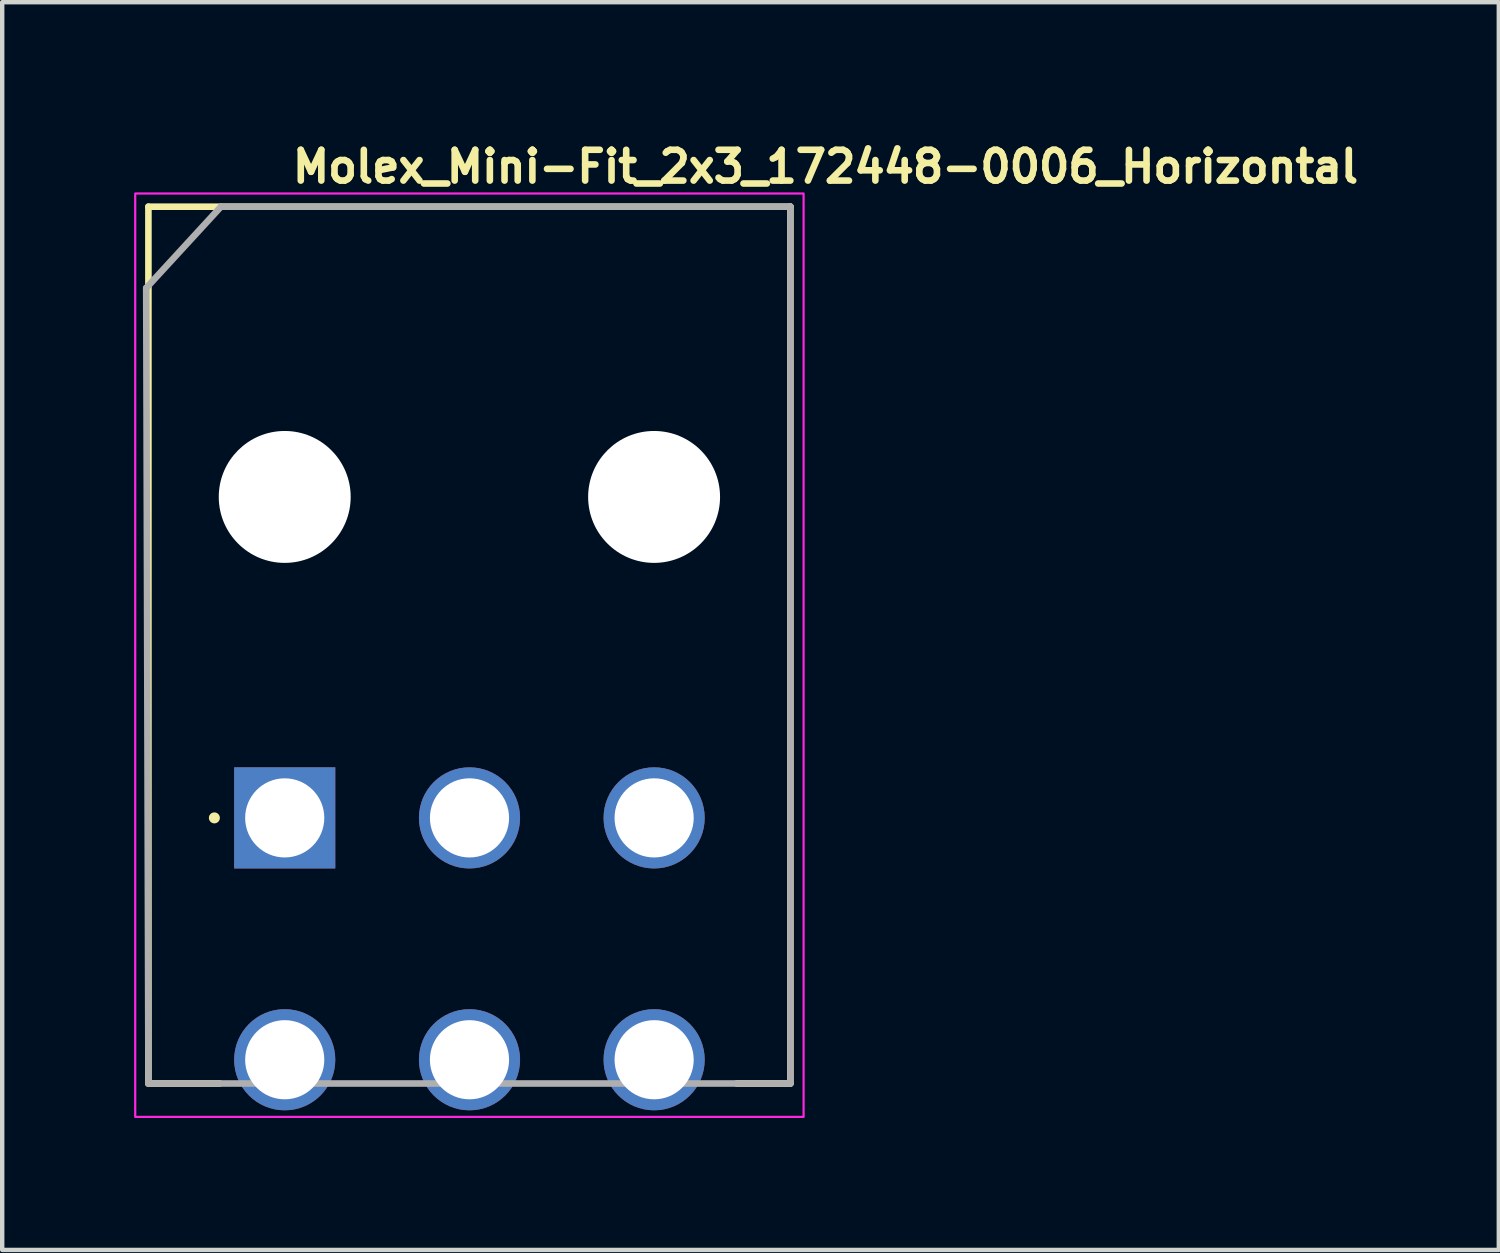
<source format=kicad_pcb>
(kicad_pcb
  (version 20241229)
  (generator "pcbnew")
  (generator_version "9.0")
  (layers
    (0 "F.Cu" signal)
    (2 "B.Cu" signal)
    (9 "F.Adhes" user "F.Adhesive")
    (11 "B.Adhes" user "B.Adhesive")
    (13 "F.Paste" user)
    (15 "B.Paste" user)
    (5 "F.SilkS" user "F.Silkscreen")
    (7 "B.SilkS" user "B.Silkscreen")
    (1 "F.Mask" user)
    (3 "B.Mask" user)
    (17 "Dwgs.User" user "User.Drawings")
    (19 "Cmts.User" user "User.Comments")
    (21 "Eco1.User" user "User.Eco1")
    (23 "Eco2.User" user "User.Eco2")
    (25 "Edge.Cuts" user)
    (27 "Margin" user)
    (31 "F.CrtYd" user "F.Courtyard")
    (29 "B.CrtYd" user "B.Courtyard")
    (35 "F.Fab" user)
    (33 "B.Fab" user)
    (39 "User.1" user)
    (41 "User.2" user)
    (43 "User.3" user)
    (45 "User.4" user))
  (footprint "Molex_Mini-Fit_2x3_172448-0006_Horizontal"
    (layer "F.Cu")
    (at 3.525 15.55)
    (property "Reference" "Molex_Mini-Fit_2x3_172448-0006_Horizontal" (at 0 -14.4 0) (layer "F.SilkS") (effects (font (size 0.7 0.7) (thickness 0.15)) (justify left bottom)))
    (attr through_hole)
    (fp_circle (center -0.1 -7.299) (end -0.888 -7.299) (stroke (width 1.576) (type solid)) (fill no) (layer "F.Mask"))
    (fp_circle (center 8.3 -7.299) (end 7.512 -7.299) (stroke (width 1.576) (type solid)) (fill no) (layer "F.Mask"))
    (fp_circle (center -0.1 -7.299) (end -0.888 -7.299) (stroke (width 1.576) (type solid)) (fill no) (layer "B.Mask"))
    (fp_circle (center 8.3 -7.299) (end 7.512 -7.299) (stroke (width 1.576) (type solid)) (fill no) (layer "B.Mask"))
    (fp_line (start -3.2 -13.9) (end 11.4 -13.9) (stroke (width 0.15) (type solid)) (layer "F.SilkS"))
    (fp_line (start -3.2 6.04) (end -3.2 -13.9) (stroke (width 0.15) (type solid)) (layer "F.SilkS"))
    (fp_line (start -3.2 6.04) (end -1.575 6.04) (stroke (width 0.15) (type solid)) (layer "F.SilkS"))
    (fp_line (start 11.4 -13.9) (end 11.4 6.04) (stroke (width 0.15) (type solid)) (layer "F.SilkS"))
    (fp_line (start 11.4 6.04) (end 10.176 6.04) (stroke (width 0.15) (type solid)) (layer "F.SilkS"))
    (fp_circle (center -1.7 0) (end -1.75 0) (stroke (width 0.15) (type solid)) (fill yes) (layer "F.SilkS"))
    (fp_rect (start 11.7 6.8) (end -3.5 -14.2) (stroke (width 0.05) (type solid)) (fill no) (layer "F.CrtYd"))
    (fp_line (start -3.25 -12.05) (end -1.55 -13.9) (stroke (width 0.15) (type solid)) (layer "F.Fab"))
    (fp_line (start -3.2 6.04) (end -3.25 -12.05) (stroke (width 0.15) (type solid)) (layer "F.Fab"))
    (fp_line (start -1.55 -13.9) (end 11.4 -13.9) (stroke (width 0.15) (type solid)) (layer "F.Fab"))
    (fp_line (start 11.4 -13.9) (end 11.4 6.04) (stroke (width 0.15) (type solid)) (layer "F.Fab"))
    (fp_line (start 11.4 6.04) (end -3.2 6.04) (stroke (width 0.15) (type solid)) (layer "F.Fab"))
    (fp_rect (start 11 6.035) (end -3.2 -13.9) (stroke (width 0.1) (type solid)) (fill no) (layer "User.5"))
    (fp_line (start -3.2 -13.9) (end -3.2 -1.1) (stroke (width 0.02) (type solid)) (layer "User.9"))
    (fp_line (start -3.082 -13.9) (end -3.2 -13.9) (stroke (width 0.02) (type solid)) (layer "User.9"))
    (fp_line (start -3.082 -13.9) (end -3.082 -13.9) (stroke (width 0.02) (type solid)) (layer "User.9"))
    (fp_line (start -3.082 -1.1) (end -3.2 -1.1) (stroke (width 0.02) (type solid)) (layer "User.9"))
    (fp_line (start -3.082 -1.1) (end -3.082 -1.1) (stroke (width 0.02) (type solid)) (layer "User.9"))
    (fp_line (start -2.8 -13.9) (end -3.082 -13.9) (stroke (width 0.02) (type solid)) (layer "User.9"))
    (fp_line (start -2.8 -13.9) (end -2.712 -13.9) (stroke (width 0.02) (type solid)) (layer "User.9"))
    (fp_line (start -2.8 -1.1) (end -3.082 -1.1) (stroke (width 0.02) (type solid)) (layer "User.9"))
    (fp_line (start -2.8 -1.1) (end -2.8 -13.9) (stroke (width 0.02) (type solid)) (layer "User.9"))
    (fp_line (start -2.712 -13.9) (end -2.712 -13.9) (stroke (width 0.02) (type solid)) (layer "User.9"))
    (fp_line (start -2.712 -13.9) (end -2.5 -13.9) (stroke (width 0.02) (type solid)) (layer "User.9"))
    (fp_line (start -2.712 -1.1) (end -2.8 -1.1) (stroke (width 0.02) (type solid)) (layer "User.9"))
    (fp_line (start -2.712 -1.1) (end -2.712 -1.1) (stroke (width 0.02) (type solid)) (layer "User.9"))
    (fp_line (start -2.5 -1.1) (end -2.712 -1.1) (stroke (width 0.02) (type solid)) (layer "User.9"))
    (fp_line (start -0.635 -1.1) (end -0.635 4.465) (stroke (width 0.02) (type solid)) (layer "User.9"))
    (fp_line (start -0.635 4.465) (end -0.635 4.983) (stroke (width 0.02) (type solid)) (layer "User.9"))
    (fp_line (start -0.635 4.983) (end -0.635 4.983) (stroke (width 0.02) (type solid)) (layer "User.9"))
    (fp_line (start -0.635 4.983) (end -0.635 5.146) (stroke (width 0.02) (type solid)) (layer "User.9"))
    (fp_line (start -0.635 5.146) (end -0.635 5.146) (stroke (width 0.02) (type solid)) (layer "User.9"))
    (fp_line (start -0.635 5.146) (end -0.635 5.3) (stroke (width 0.02) (type solid)) (layer "User.9"))
    (fp_line (start -0.635 5.3) (end -0.635 5.3) (stroke (width 0.02) (type solid)) (layer "User.9"))
    (fp_line (start -0.635 5.3) (end -0.635 5.443) (stroke (width 0.02) (type solid)) (layer "User.9"))
    (fp_line (start -0.635 5.443) (end -0.635 5.443) (stroke (width 0.02) (type solid)) (layer "User.9"))
    (fp_line (start -0.635 5.443) (end -0.635 5.575) (stroke (width 0.02) (type solid)) (layer "User.9"))
    (fp_line (start -0.635 5.575) (end -0.635 5.575) (stroke (width 0.02) (type solid)) (layer "User.9"))
    (fp_line (start -0.635 5.575) (end -0.635 5.692) (stroke (width 0.02) (type solid)) (layer "User.9"))
    (fp_line (start -0.635 5.692) (end -0.635 5.692) (stroke (width 0.02) (type solid)) (layer "User.9"))
    (fp_line (start -0.635 5.692) (end -0.635 5.794) (stroke (width 0.02) (type solid)) (layer "User.9"))
    (fp_line (start -0.635 5.794) (end -0.635 5.794) (stroke (width 0.02) (type solid)) (layer "User.9"))
    (fp_line (start -0.635 5.794) (end -0.635 5.879) (stroke (width 0.02) (type solid)) (layer "User.9"))
    (fp_line (start -0.635 5.879) (end -0.635 5.879) (stroke (width 0.02) (type solid)) (layer "User.9"))
    (fp_line (start -0.635 5.879) (end -0.635 5.946) (stroke (width 0.02) (type solid)) (layer "User.9"))
    (fp_line (start -0.635 5.946) (end -0.635 5.946) (stroke (width 0.02) (type solid)) (layer "User.9"))
    (fp_line (start -0.635 5.946) (end -0.635 5.995) (stroke (width 0.02) (type solid)) (layer "User.9"))
    (fp_line (start -0.635 5.995) (end -0.635 5.995) (stroke (width 0.02) (type solid)) (layer "User.9"))
    (fp_line (start -0.635 5.995) (end -0.635 6.025) (stroke (width 0.02) (type solid)) (layer "User.9"))
    (fp_line (start -0.635 6.025) (end -0.635 6.025) (stroke (width 0.02) (type solid)) (layer "User.9"))
    (fp_line (start -0.635 6.025) (end -0.635 6.035) (stroke (width 0.02) (type solid)) (layer "User.9"))
    (fp_line (start -0.635 6.035) (end 0.435 6.035) (stroke (width 0.02) (type solid)) (layer "User.9"))
    (fp_line (start 0.435 -1.1) (end 0.435 4.465) (stroke (width 0.02) (type solid)) (layer "User.9"))
    (fp_line (start 0.435 4.465) (end 0.435 4.983) (stroke (width 0.02) (type solid)) (layer "User.9"))
    (fp_line (start 0.435 4.983) (end 0.435 4.983) (stroke (width 0.02) (type solid)) (layer "User.9"))
    (fp_line (start 0.435 4.983) (end 0.435 5.146) (stroke (width 0.02) (type solid)) (layer "User.9"))
    (fp_line (start 0.435 5.146) (end 0.435 5.146) (stroke (width 0.02) (type solid)) (layer "User.9"))
    (fp_line (start 0.435 5.146) (end 0.435 5.3) (stroke (width 0.02) (type solid)) (layer "User.9"))
    (fp_line (start 0.435 5.3) (end 0.435 5.3) (stroke (width 0.02) (type solid)) (layer "User.9"))
    (fp_line (start 0.435 5.3) (end 0.435 5.443) (stroke (width 0.02) (type solid)) (layer "User.9"))
    (fp_line (start 0.435 5.443) (end 0.435 5.443) (stroke (width 0.02) (type solid)) (layer "User.9"))
    (fp_line (start 0.435 5.443) (end 0.435 5.575) (stroke (width 0.02) (type solid)) (layer "User.9"))
    (fp_line (start 0.435 5.575) (end 0.435 5.575) (stroke (width 0.02) (type solid)) (layer "User.9"))
    (fp_line (start 0.435 5.575) (end 0.435 5.692) (stroke (width 0.02) (type solid)) (layer "User.9"))
    (fp_line (start 0.435 5.692) (end 0.435 5.692) (stroke (width 0.02) (type solid)) (layer "User.9"))
    (fp_line (start 0.435 5.692) (end 0.435 5.794) (stroke (width 0.02) (type solid)) (layer "User.9"))
    (fp_line (start 0.435 5.794) (end 0.435 5.794) (stroke (width 0.02) (type solid)) (layer "User.9"))
    (fp_line (start 0.435 5.794) (end 0.435 5.879) (stroke (width 0.02) (type solid)) (layer "User.9"))
    (fp_line (start 0.435 5.879) (end 0.435 5.879) (stroke (width 0.02) (type solid)) (layer "User.9"))
    (fp_line (start 0.435 5.879) (end 0.435 5.946) (stroke (width 0.02) (type solid)) (layer "User.9"))
    (fp_line (start 0.435 5.946) (end 0.435 5.946) (stroke (width 0.02) (type solid)) (layer "User.9"))
    (fp_line (start 0.435 5.946) (end 0.435 5.995) (stroke (width 0.02) (type solid)) (layer "User.9"))
    (fp_line (start 0.435 5.995) (end 0.435 5.995) (stroke (width 0.02) (type solid)) (layer "User.9"))
    (fp_line (start 0.435 5.995) (end 0.435 6.025) (stroke (width 0.02) (type solid)) (layer "User.9"))
    (fp_line (start 0.435 6.025) (end 0.435 6.025) (stroke (width 0.02) (type solid)) (layer "User.9"))
    (fp_line (start 0.435 6.025) (end 0.435 6.035) (stroke (width 0.02) (type solid)) (layer "User.9"))
    (fp_line (start 2.4 -13.9) (end -2.5 -13.9) (stroke (width 0.02) (type solid)) (layer "User.9"))
    (fp_line (start 2.4 -11.55) (end 2.4 -13.9) (stroke (width 0.02) (type solid)) (layer "User.9"))
    (fp_line (start 2.4 -10.727) (end 2.4 -11.55) (stroke (width 0.02) (type solid)) (layer "User.9"))
    (fp_line (start 3.565 -1.1) (end 3.565 4.465) (stroke (width 0.02) (type solid)) (layer "User.9"))
    (fp_line (start 3.565 4.465) (end 3.565 4.983) (stroke (width 0.02) (type solid)) (layer "User.9"))
    (fp_line (start 3.565 4.983) (end 3.565 4.983) (stroke (width 0.02) (type solid)) (layer "User.9"))
    (fp_line (start 3.565 4.983) (end 3.565 5.146) (stroke (width 0.02) (type solid)) (layer "User.9"))
    (fp_line (start 3.565 5.146) (end 3.565 5.146) (stroke (width 0.02) (type solid)) (layer "User.9"))
    (fp_line (start 3.565 5.146) (end 3.565 5.3) (stroke (width 0.02) (type solid)) (layer "User.9"))
    (fp_line (start 3.565 5.3) (end 3.565 5.3) (stroke (width 0.02) (type solid)) (layer "User.9"))
    (fp_line (start 3.565 5.3) (end 3.565 5.443) (stroke (width 0.02) (type solid)) (layer "User.9"))
    (fp_line (start 3.565 5.443) (end 3.565 5.443) (stroke (width 0.02) (type solid)) (layer "User.9"))
    (fp_line (start 3.565 5.443) (end 3.565 5.575) (stroke (width 0.02) (type solid)) (layer "User.9"))
    (fp_line (start 3.565 5.575) (end 3.565 5.575) (stroke (width 0.02) (type solid)) (layer "User.9"))
    (fp_line (start 3.565 5.575) (end 3.565 5.692) (stroke (width 0.02) (type solid)) (layer "User.9"))
    (fp_line (start 3.565 5.692) (end 3.565 5.692) (stroke (width 0.02) (type solid)) (layer "User.9"))
    (fp_line (start 3.565 5.692) (end 3.565 5.794) (stroke (width 0.02) (type solid)) (layer "User.9"))
    (fp_line (start 3.565 5.794) (end 3.565 5.794) (stroke (width 0.02) (type solid)) (layer "User.9"))
    (fp_line (start 3.565 5.794) (end 3.565 5.879) (stroke (width 0.02) (type solid)) (layer "User.9"))
    (fp_line (start 3.565 5.879) (end 3.565 5.879) (stroke (width 0.02) (type solid)) (layer "User.9"))
    (fp_line (start 3.565 5.879) (end 3.565 5.946) (stroke (width 0.02) (type solid)) (layer "User.9"))
    (fp_line (start 3.565 5.946) (end 3.565 5.946) (stroke (width 0.02) (type solid)) (layer "User.9"))
    (fp_line (start 3.565 5.946) (end 3.565 5.995) (stroke (width 0.02) (type solid)) (layer "User.9"))
    (fp_line (start 3.565 5.995) (end 3.565 5.995) (stroke (width 0.02) (type solid)) (layer "User.9"))
    (fp_line (start 3.565 5.995) (end 3.565 6.025) (stroke (width 0.02) (type solid)) (layer "User.9"))
    (fp_line (start 3.565 6.025) (end 3.565 6.025) (stroke (width 0.02) (type solid)) (layer "User.9"))
    (fp_line (start 3.565 6.025) (end 3.565 6.035) (stroke (width 0.02) (type solid)) (layer "User.9"))
    (fp_line (start 3.565 6.035) (end 4.635 6.035) (stroke (width 0.02) (type solid)) (layer "User.9"))
    (fp_line (start 4.635 -1.1) (end 4.635 4.465) (stroke (width 0.02) (type solid)) (layer "User.9"))
    (fp_line (start 4.635 4.465) (end 4.635 4.983) (stroke (width 0.02) (type solid)) (layer "User.9"))
    (fp_line (start 4.635 4.983) (end 4.635 4.983) (stroke (width 0.02) (type solid)) (layer "User.9"))
    (fp_line (start 4.635 4.983) (end 4.635 5.146) (stroke (width 0.02) (type solid)) (layer "User.9"))
    (fp_line (start 4.635 5.146) (end 4.635 5.146) (stroke (width 0.02) (type solid)) (layer "User.9"))
    (fp_line (start 4.635 5.146) (end 4.635 5.3) (stroke (width 0.02) (type solid)) (layer "User.9"))
    (fp_line (start 4.635 5.3) (end 4.635 5.3) (stroke (width 0.02) (type solid)) (layer "User.9"))
    (fp_line (start 4.635 5.3) (end 4.635 5.443) (stroke (width 0.02) (type solid)) (layer "User.9"))
    (fp_line (start 4.635 5.443) (end 4.635 5.443) (stroke (width 0.02) (type solid)) (layer "User.9"))
    (fp_line (start 4.635 5.443) (end 4.635 5.575) (stroke (width 0.02) (type solid)) (layer "User.9"))
    (fp_line (start 4.635 5.575) (end 4.635 5.575) (stroke (width 0.02) (type solid)) (layer "User.9"))
    (fp_line (start 4.635 5.575) (end 4.635 5.692) (stroke (width 0.02) (type solid)) (layer "User.9"))
    (fp_line (start 4.635 5.692) (end 4.635 5.692) (stroke (width 0.02) (type solid)) (layer "User.9"))
    (fp_line (start 4.635 5.692) (end 4.635 5.794) (stroke (width 0.02) (type solid)) (layer "User.9"))
    (fp_line (start 4.635 5.794) (end 4.635 5.794) (stroke (width 0.02) (type solid)) (layer "User.9"))
    (fp_line (start 4.635 5.794) (end 4.635 5.879) (stroke (width 0.02) (type solid)) (layer "User.9"))
    (fp_line (start 4.635 5.879) (end 4.635 5.879) (stroke (width 0.02) (type solid)) (layer "User.9"))
    (fp_line (start 4.635 5.879) (end 4.635 5.946) (stroke (width 0.02) (type solid)) (layer "User.9"))
    (fp_line (start 4.635 5.946) (end 4.635 5.946) (stroke (width 0.02) (type solid)) (layer "User.9"))
    (fp_line (start 4.635 5.946) (end 4.635 5.995) (stroke (width 0.02) (type solid)) (layer "User.9"))
    (fp_line (start 4.635 5.995) (end 4.635 5.995) (stroke (width 0.02) (type solid)) (layer "User.9"))
    (fp_line (start 4.635 5.995) (end 4.635 6.025) (stroke (width 0.02) (type solid)) (layer "User.9"))
    (fp_line (start 4.635 6.025) (end 4.635 6.025) (stroke (width 0.02) (type solid)) (layer "User.9"))
    (fp_line (start 4.635 6.025) (end 4.635 6.035) (stroke (width 0.02) (type solid)) (layer "User.9"))
    (fp_line (start 5.8 -13.9) (end 2.4 -13.9) (stroke (width 0.02) (type solid)) (layer "User.9"))
    (fp_line (start 5.8 -11.55) (end 2.4 -11.55) (stroke (width 0.02) (type solid)) (layer "User.9"))
    (fp_line (start 5.8 -11.55) (end 5.8 -13.9) (stroke (width 0.02) (type solid)) (layer "User.9"))
    (fp_line (start 5.8 -10.727) (end 2.4 -10.727) (stroke (width 0.02) (type solid)) (layer "User.9"))
    (fp_line (start 5.8 -10.727) (end 5.8 -11.55) (stroke (width 0.02) (type solid)) (layer "User.9"))
    (fp_line (start 7.765 -1.1) (end 7.765 4.465) (stroke (width 0.02) (type solid)) (layer "User.9"))
    (fp_line (start 7.765 4.465) (end 7.765 4.983) (stroke (width 0.02) (type solid)) (layer "User.9"))
    (fp_line (start 7.765 4.983) (end 7.765 4.983) (stroke (width 0.02) (type solid)) (layer "User.9"))
    (fp_line (start 7.765 4.983) (end 7.765 5.146) (stroke (width 0.02) (type solid)) (layer "User.9"))
    (fp_line (start 7.765 5.146) (end 7.765 5.146) (stroke (width 0.02) (type solid)) (layer "User.9"))
    (fp_line (start 7.765 5.146) (end 7.765 5.3) (stroke (width 0.02) (type solid)) (layer "User.9"))
    (fp_line (start 7.765 5.3) (end 7.765 5.3) (stroke (width 0.02) (type solid)) (layer "User.9"))
    (fp_line (start 7.765 5.3) (end 7.765 5.443) (stroke (width 0.02) (type solid)) (layer "User.9"))
    (fp_line (start 7.765 5.443) (end 7.765 5.443) (stroke (width 0.02) (type solid)) (layer "User.9"))
    (fp_line (start 7.765 5.443) (end 7.765 5.575) (stroke (width 0.02) (type solid)) (layer "User.9"))
    (fp_line (start 7.765 5.575) (end 7.765 5.575) (stroke (width 0.02) (type solid)) (layer "User.9"))
    (fp_line (start 7.765 5.575) (end 7.765 5.692) (stroke (width 0.02) (type solid)) (layer "User.9"))
    (fp_line (start 7.765 5.692) (end 7.765 5.692) (stroke (width 0.02) (type solid)) (layer "User.9"))
    (fp_line (start 7.765 5.692) (end 7.765 5.794) (stroke (width 0.02) (type solid)) (layer "User.9"))
    (fp_line (start 7.765 5.794) (end 7.765 5.794) (stroke (width 0.02) (type solid)) (layer "User.9"))
    (fp_line (start 7.765 5.794) (end 7.765 5.879) (stroke (width 0.02) (type solid)) (layer "User.9"))
    (fp_line (start 7.765 5.879) (end 7.765 5.879) (stroke (width 0.02) (type solid)) (layer "User.9"))
    (fp_line (start 7.765 5.879) (end 7.765 5.946) (stroke (width 0.02) (type solid)) (layer "User.9"))
    (fp_line (start 7.765 5.946) (end 7.765 5.946) (stroke (width 0.02) (type solid)) (layer "User.9"))
    (fp_line (start 7.765 5.946) (end 7.765 5.995) (stroke (width 0.02) (type solid)) (layer "User.9"))
    (fp_line (start 7.765 5.995) (end 7.765 5.995) (stroke (width 0.02) (type solid)) (layer "User.9"))
    (fp_line (start 7.765 5.995) (end 7.765 6.025) (stroke (width 0.02) (type solid)) (layer "User.9"))
    (fp_line (start 7.765 6.025) (end 7.765 6.025) (stroke (width 0.02) (type solid)) (layer "User.9"))
    (fp_line (start 7.765 6.025) (end 7.765 6.035) (stroke (width 0.02) (type solid)) (layer "User.9"))
    (fp_line (start 7.765 6.035) (end 8.835 6.035) (stroke (width 0.02) (type solid)) (layer "User.9"))
    (fp_line (start 8.835 -1.1) (end 8.835 4.465) (stroke (width 0.02) (type solid)) (layer "User.9"))
    (fp_line (start 8.835 4.465) (end 8.835 4.983) (stroke (width 0.02) (type solid)) (layer "User.9"))
    (fp_line (start 8.835 4.983) (end 8.835 4.983) (stroke (width 0.02) (type solid)) (layer "User.9"))
    (fp_line (start 8.835 4.983) (end 8.835 5.146) (stroke (width 0.02) (type solid)) (layer "User.9"))
    (fp_line (start 8.835 5.146) (end 8.835 5.146) (stroke (width 0.02) (type solid)) (layer "User.9"))
    (fp_line (start 8.835 5.146) (end 8.835 5.3) (stroke (width 0.02) (type solid)) (layer "User.9"))
    (fp_line (start 8.835 5.3) (end 8.835 5.3) (stroke (width 0.02) (type solid)) (layer "User.9"))
    (fp_line (start 8.835 5.3) (end 8.835 5.443) (stroke (width 0.02) (type solid)) (layer "User.9"))
    (fp_line (start 8.835 5.443) (end 8.835 5.443) (stroke (width 0.02) (type solid)) (layer "User.9"))
    (fp_line (start 8.835 5.443) (end 8.835 5.575) (stroke (width 0.02) (type solid)) (layer "User.9"))
    (fp_line (start 8.835 5.575) (end 8.835 5.575) (stroke (width 0.02) (type solid)) (layer "User.9"))
    (fp_line (start 8.835 5.575) (end 8.835 5.692) (stroke (width 0.02) (type solid)) (layer "User.9"))
    (fp_line (start 8.835 5.692) (end 8.835 5.692) (stroke (width 0.02) (type solid)) (layer "User.9"))
    (fp_line (start 8.835 5.692) (end 8.835 5.794) (stroke (width 0.02) (type solid)) (layer "User.9"))
    (fp_line (start 8.835 5.794) (end 8.835 5.794) (stroke (width 0.02) (type solid)) (layer "User.9"))
    (fp_line (start 8.835 5.794) (end 8.835 5.879) (stroke (width 0.02) (type solid)) (layer "User.9"))
    (fp_line (start 8.835 5.879) (end 8.835 5.879) (stroke (width 0.02) (type solid)) (layer "User.9"))
    (fp_line (start 8.835 5.879) (end 8.835 5.946) (stroke (width 0.02) (type solid)) (layer "User.9"))
    (fp_line (start 8.835 5.946) (end 8.835 5.946) (stroke (width 0.02) (type solid)) (layer "User.9"))
    (fp_line (start 8.835 5.946) (end 8.835 5.995) (stroke (width 0.02) (type solid)) (layer "User.9"))
    (fp_line (start 8.835 5.995) (end 8.835 5.995) (stroke (width 0.02) (type solid)) (layer "User.9"))
    (fp_line (start 8.835 5.995) (end 8.835 6.025) (stroke (width 0.02) (type solid)) (layer "User.9"))
    (fp_line (start 8.835 6.025) (end 8.835 6.025) (stroke (width 0.02) (type solid)) (layer "User.9"))
    (fp_line (start 8.835 6.025) (end 8.835 6.035) (stroke (width 0.02) (type solid)) (layer "User.9"))
    (fp_line (start 10.7 -13.9) (end 5.8 -13.9) (stroke (width 0.02) (type solid)) (layer "User.9"))
    (fp_line (start 10.7 -13.9) (end 10.912 -13.9) (stroke (width 0.02) (type solid)) (layer "User.9"))
    (fp_line (start 10.7 -1.1) (end -2.5 -1.1) (stroke (width 0.02) (type solid)) (layer "User.9"))
    (fp_line (start 10.912 -13.9) (end 10.912 -13.9) (stroke (width 0.02) (type solid)) (layer "User.9"))
    (fp_line (start 10.912 -13.9) (end 11 -13.9) (stroke (width 0.02) (type solid)) (layer "User.9"))
    (fp_line (start 10.912 -1.1) (end 10.7 -1.1) (stroke (width 0.02) (type solid)) (layer "User.9"))
    (fp_line (start 10.912 -1.1) (end 10.912 -1.1) (stroke (width 0.02) (type solid)) (layer "User.9"))
    (fp_line (start 11 -1.1) (end 10.912 -1.1) (stroke (width 0.02) (type solid)) (layer "User.9"))
    (fp_line (start 11 -1.1) (end 11 -13.9) (stroke (width 0.02) (type solid)) (layer "User.9"))
    (pad "" np_thru_hole circle (at -0.1 -7.299 180) (size 3 3) (drill 3) (layers "*.Cu" "*.Mask"))
    (pad "" np_thru_hole circle (at 8.3 -7.299 180) (size 3 3) (drill 3) (layers "*.Cu" "*.Mask"))
    (pad "1" thru_hole rect (at -0.1 0 180) (size 2.3 2.3) (drill 1.8) (layers "*.Cu" "*.Mask"))
    (pad "2" thru_hole circle (at 4.102 0 180) (size 2.3 2.3) (drill 1.8) (layers "*.Cu" "*.Mask"))
    (pad "3" thru_hole circle (at 8.301 0 180) (size 2.3 2.3) (drill 1.8) (layers "*.Cu" "*.Mask"))
    (pad "4" thru_hole circle (at 8.301 5.5 180) (size 2.3 2.3) (drill 1.8) (layers "*.Cu" "*.Mask"))
    (pad "5" thru_hole circle (at 4.102 5.5 180) (size 2.3 2.3) (drill 1.8) (layers "*.Cu" "*.Mask"))
    (pad "6" thru_hole circle (at -0.1 5.5 180) (size 2.3 2.3) (drill 1.8) (layers "*.Cu" "*.Mask")))
  (gr_rect
    (start -3 -3)
    (end 31.035 25.375)
    (stroke (width 0.1) (type default))
    (fill no)
    (layer "Edge.Cuts")))
</source>
